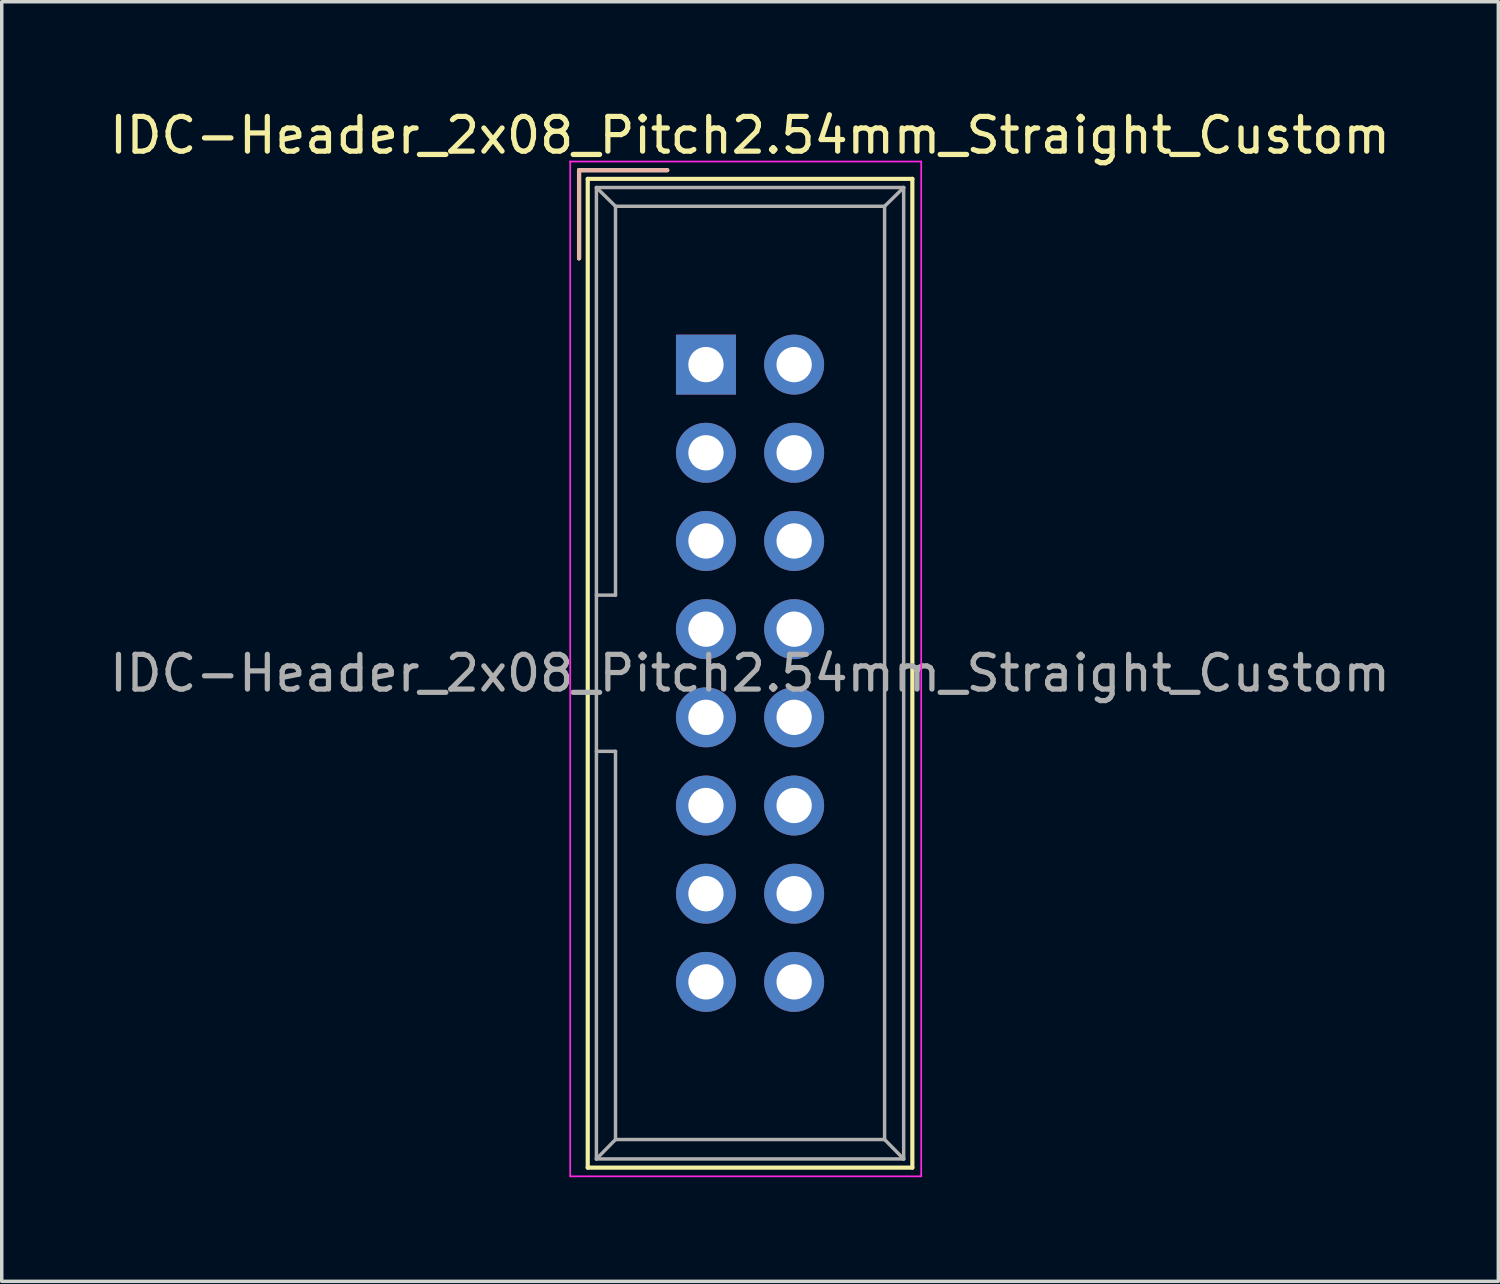
<source format=kicad_pcb>
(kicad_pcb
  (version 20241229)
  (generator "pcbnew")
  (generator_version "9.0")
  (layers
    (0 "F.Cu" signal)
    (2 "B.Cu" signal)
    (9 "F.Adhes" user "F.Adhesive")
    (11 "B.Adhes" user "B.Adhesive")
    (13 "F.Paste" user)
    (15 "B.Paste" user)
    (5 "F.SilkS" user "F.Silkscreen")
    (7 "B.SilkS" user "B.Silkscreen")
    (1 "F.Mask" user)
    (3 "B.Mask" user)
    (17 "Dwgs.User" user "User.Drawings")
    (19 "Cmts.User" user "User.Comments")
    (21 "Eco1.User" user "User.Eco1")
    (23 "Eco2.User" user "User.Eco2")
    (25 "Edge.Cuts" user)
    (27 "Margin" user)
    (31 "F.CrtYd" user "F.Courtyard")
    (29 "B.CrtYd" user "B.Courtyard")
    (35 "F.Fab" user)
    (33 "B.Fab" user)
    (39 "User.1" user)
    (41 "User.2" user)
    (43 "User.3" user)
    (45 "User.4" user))
  (footprint "IDC-Header_2x08_Pitch2.54mm_Straight_Custom"
    (layer "F.Cu")
    (at 17.284 7.452)
    (property "Reference" "IDC-Header_2x08_Pitch2.54mm_Straight_Custom" (at 1.27 -6.604 0) (layer "F.SilkS") (effects (font (size 1 1) (thickness 0.15))))
    (attr through_hole)
    (fp_line (start -3.655 -5.6) (end -3.655 -3.06) (stroke (width 0.12) (type solid)) (layer "F.SilkS"))
    (fp_line (start -3.655 -5.6) (end -1.115 -5.6) (stroke (width 0.12) (type solid)) (layer "F.SilkS"))
    (fp_line (start -3.405 -5.35) (end 5.945 -5.35) (stroke (width 0.12) (type solid)) (layer "F.SilkS"))
    (fp_line (start -3.405 23.13) (end -3.405 -5.35) (stroke (width 0.12) (type solid)) (layer "F.SilkS"))
    (fp_line (start 5.945 -5.35) (end 5.945 23.13) (stroke (width 0.12) (type solid)) (layer "F.SilkS"))
    (fp_line (start 5.945 23.13) (end -3.405 23.13) (stroke (width 0.12) (type solid)) (layer "F.SilkS"))
    (fp_line (start -3.655 -5.6) (end -3.655 -3.06) (stroke (width 0.12) (type solid)) (layer "B.SilkS"))
    (fp_line (start -3.655 -5.6) (end -1.115 -5.6) (stroke (width 0.12) (type solid)) (layer "B.SilkS"))
    (fp_line (start -3.91 -5.85) (end 6.2 -5.85) (stroke (width 0.05) (type solid)) (layer "F.CrtYd"))
    (fp_line (start -3.91 23.38) (end -3.91 -5.85) (stroke (width 0.05) (type solid)) (layer "F.CrtYd"))
    (fp_line (start 6.2 -5.85) (end 6.2 23.38) (stroke (width 0.05) (type solid)) (layer "F.CrtYd"))
    (fp_line (start 6.2 23.38) (end -3.91 23.38) (stroke (width 0.05) (type solid)) (layer "F.CrtYd"))
    (fp_line (start -3.155 -5.1) (end -3.155 22.88) (stroke (width 0.1) (type solid)) (layer "F.Fab"))
    (fp_line (start -3.155 -5.1) (end -2.605 -4.56) (stroke (width 0.1) (type solid)) (layer "F.Fab"))
    (fp_line (start -3.155 22.88) (end -2.605 22.32) (stroke (width 0.1) (type solid)) (layer "F.Fab"))
    (fp_line (start -2.605 -4.56) (end -2.605 6.64) (stroke (width 0.1) (type solid)) (layer "F.Fab"))
    (fp_line (start -2.605 6.64) (end -3.155 6.64) (stroke (width 0.1) (type solid)) (layer "F.Fab"))
    (fp_line (start -2.605 11.14) (end -3.155 11.14) (stroke (width 0.1) (type solid)) (layer "F.Fab"))
    (fp_line (start -2.605 11.14) (end -2.605 22.32) (stroke (width 0.1) (type solid)) (layer "F.Fab"))
    (fp_line (start 5.145 -4.56) (end -2.605 -4.56) (stroke (width 0.1) (type solid)) (layer "F.Fab"))
    (fp_line (start 5.145 -4.56) (end 5.145 22.32) (stroke (width 0.1) (type solid)) (layer "F.Fab"))
    (fp_line (start 5.145 22.32) (end -2.605 22.32) (stroke (width 0.1) (type solid)) (layer "F.Fab"))
    (fp_line (start 5.695 -5.1) (end -3.155 -5.1) (stroke (width 0.1) (type solid)) (layer "F.Fab"))
    (fp_line (start 5.695 -5.1) (end 5.145 -4.56) (stroke (width 0.1) (type solid)) (layer "F.Fab"))
    (fp_line (start 5.695 -5.1) (end 5.695 22.88) (stroke (width 0.1) (type solid)) (layer "F.Fab"))
    (fp_line (start 5.695 22.88) (end -3.155 22.88) (stroke (width 0.1) (type solid)) (layer "F.Fab"))
    (fp_line (start 5.695 22.88) (end 5.145 22.32) (stroke (width 0.1) (type solid)) (layer "F.Fab"))
    (fp_text user "${REFERENCE}" (at 1.27 8.89 0) (layer "F.Fab") (effects (font (size 1 1) (thickness 0.15))))
    (pad "1" thru_hole rect (at 0 0) (size 1.727 1.727) (drill 1.016) (layers "*.Cu" "*.Mask"))
    (pad "2" thru_hole oval (at 2.54 0) (size 1.727 1.727) (drill 1.016) (layers "*.Cu" "*.Mask"))
    (pad "3" thru_hole oval (at 0 2.54) (size 1.727 1.727) (drill 1.016) (layers "*.Cu" "*.Mask"))
    (pad "4" thru_hole oval (at 2.54 2.54) (size 1.727 1.727) (drill 1.016) (layers "*.Cu" "*.Mask"))
    (pad "5" thru_hole oval (at 0 5.08) (size 1.727 1.727) (drill 1.016) (layers "*.Cu" "*.Mask"))
    (pad "6" thru_hole oval (at 2.54 5.08) (size 1.727 1.727) (drill 1.016) (layers "*.Cu" "*.Mask"))
    (pad "7" thru_hole oval (at 0 7.62) (size 1.727 1.727) (drill 1.016) (layers "*.Cu" "*.Mask"))
    (pad "8" thru_hole oval (at 2.54 7.62) (size 1.727 1.727) (drill 1.016) (layers "*.Cu" "*.Mask"))
    (pad "9" thru_hole oval (at 0 10.16) (size 1.727 1.727) (drill 1.016) (layers "*.Cu" "*.Mask"))
    (pad "10" thru_hole oval (at 2.54 10.16) (size 1.727 1.727) (drill 1.016) (layers "*.Cu" "*.Mask"))
    (pad "11" thru_hole oval (at 0 12.7) (size 1.727 1.727) (drill 1.016) (layers "*.Cu" "*.Mask"))
    (pad "12" thru_hole oval (at 2.54 12.7) (size 1.727 1.727) (drill 1.016) (layers "*.Cu" "*.Mask"))
    (pad "13" thru_hole oval (at 0 15.24) (size 1.727 1.727) (drill 1.016) (layers "*.Cu" "*.Mask"))
    (pad "14" thru_hole oval (at 2.54 15.24) (size 1.727 1.727) (drill 1.016) (layers "*.Cu" "*.Mask"))
    (pad "15" thru_hole oval (at 0 17.78) (size 1.727 1.727) (drill 1.016) (layers "*.Cu" "*.Mask"))
    (pad "16" thru_hole oval (at 2.54 17.78) (size 1.727 1.727) (drill 1.016) (layers "*.Cu" "*.Mask")))
  (gr_rect
    (start -3 -3)
    (end 40.107 33.857)
    (stroke (width 0.1) (type default))
    (fill no)
    (layer "Edge.Cuts")))
</source>
